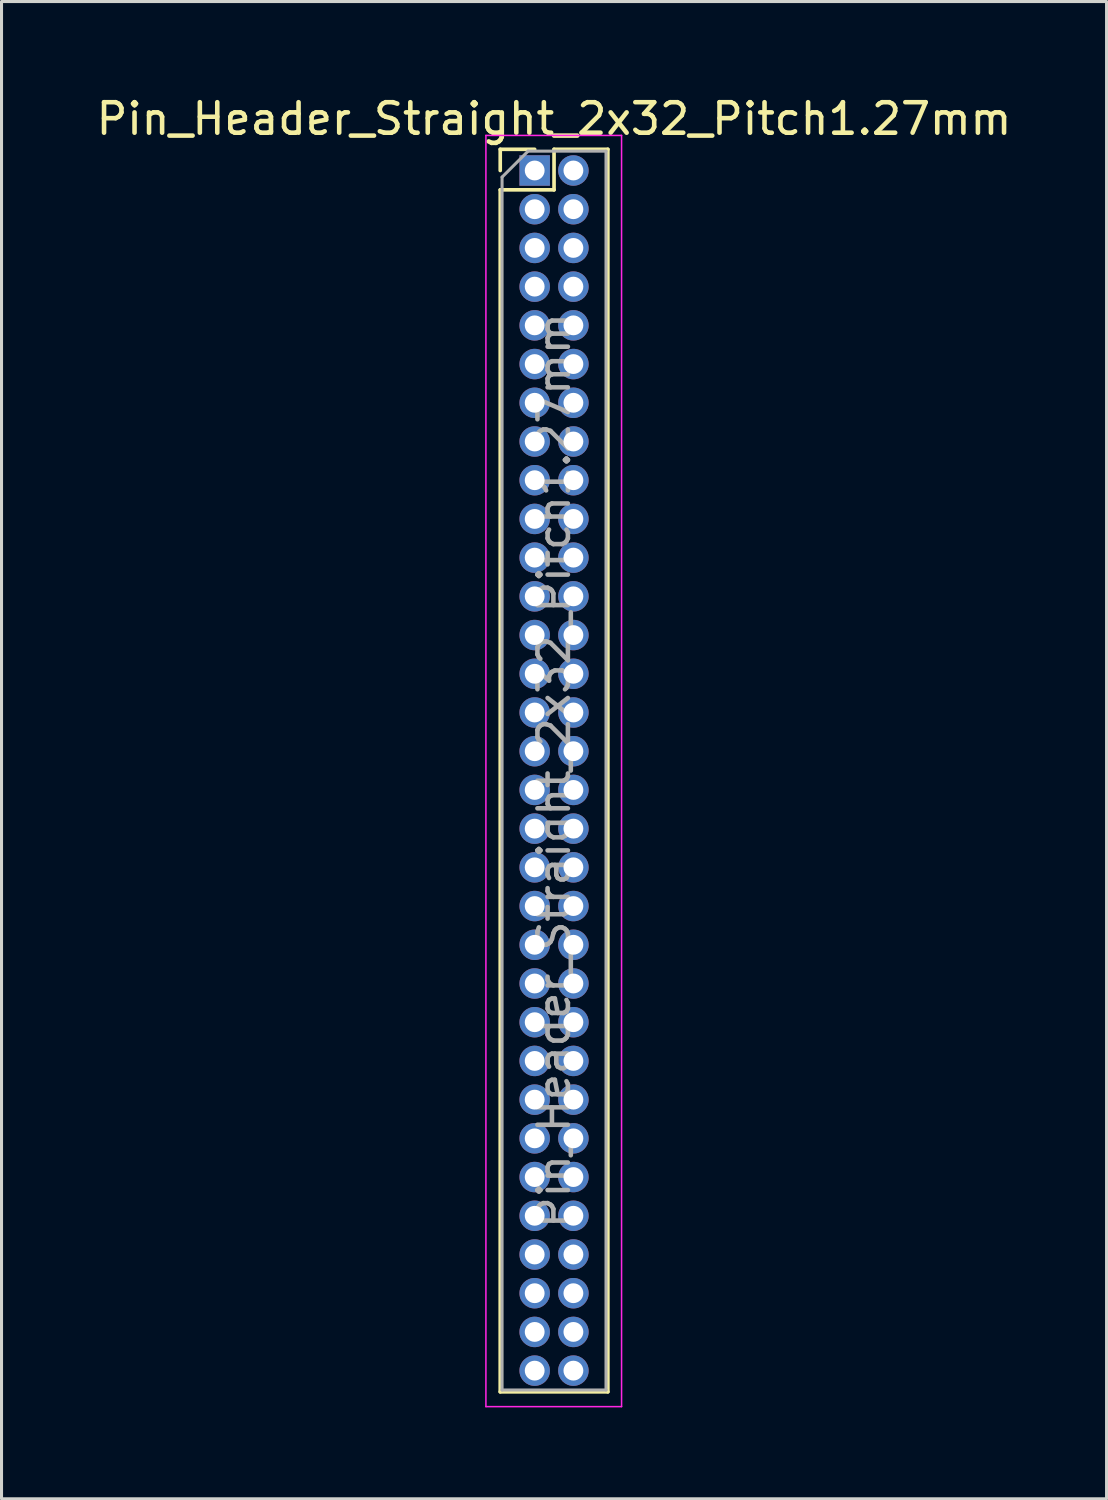
<source format=kicad_pcb>
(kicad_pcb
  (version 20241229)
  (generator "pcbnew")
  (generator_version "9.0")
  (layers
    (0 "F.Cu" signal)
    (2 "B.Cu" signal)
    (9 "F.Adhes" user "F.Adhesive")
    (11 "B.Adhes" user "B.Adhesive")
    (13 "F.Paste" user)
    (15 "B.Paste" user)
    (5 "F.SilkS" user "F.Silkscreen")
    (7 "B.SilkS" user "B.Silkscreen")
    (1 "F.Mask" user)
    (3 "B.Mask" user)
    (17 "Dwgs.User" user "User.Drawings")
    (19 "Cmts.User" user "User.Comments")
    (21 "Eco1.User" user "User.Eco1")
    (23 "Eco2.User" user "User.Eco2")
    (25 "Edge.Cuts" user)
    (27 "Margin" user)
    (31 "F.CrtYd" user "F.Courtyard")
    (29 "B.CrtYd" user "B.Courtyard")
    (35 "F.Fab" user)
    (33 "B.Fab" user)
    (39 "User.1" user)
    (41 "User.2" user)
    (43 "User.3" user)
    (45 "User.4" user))
  (footprint "Pin_Header_Straight_2x32_Pitch1.27mm"
    (layer "F.Cu")
    (at 14.49 2.543)
    (property "Reference" "Pin_Header_Straight_2x32_Pitch1.27mm" (at 0.635 -1.695 0) (layer "F.SilkS") (effects (font (size 1 1) (thickness 0.15))))
    (attr through_hole)
    (fp_line (start -1.13 -0.695) (end 0 -0.695) (stroke (width 0.12) (type solid)) (layer "F.SilkS"))
    (fp_line (start -1.13 0) (end -1.13 -0.695) (stroke (width 0.12) (type solid)) (layer "F.SilkS"))
    (fp_line (start -1.13 0.635) (end -1.13 40.065) (stroke (width 0.12) (type solid)) (layer "F.SilkS"))
    (fp_line (start -1.13 40.065) (end 2.4 40.065) (stroke (width 0.12) (type solid)) (layer "F.SilkS"))
    (fp_line (start 0.635 -0.695) (end 0.635 0.635) (stroke (width 0.12) (type solid)) (layer "F.SilkS"))
    (fp_line (start 0.635 0.635) (end -1.13 0.635) (stroke (width 0.12) (type solid)) (layer "F.SilkS"))
    (fp_line (start 2.4 -0.695) (end 0.635 -0.695) (stroke (width 0.12) (type solid)) (layer "F.SilkS"))
    (fp_line (start 2.4 40.065) (end 2.4 -0.695) (stroke (width 0.12) (type solid)) (layer "F.SilkS"))
    (fp_line (start -1.6 -1.15) (end -1.6 40.55) (stroke (width 0.05) (type solid)) (layer "F.CrtYd"))
    (fp_line (start -1.6 40.55) (end 2.85 40.55) (stroke (width 0.05) (type solid)) (layer "F.CrtYd"))
    (fp_line (start 2.85 -1.15) (end -1.6 -1.15) (stroke (width 0.05) (type solid)) (layer "F.CrtYd"))
    (fp_line (start 2.85 40.55) (end 2.85 -1.15) (stroke (width 0.05) (type solid)) (layer "F.CrtYd"))
    (fp_line (start -1.07 0.217) (end -0.217 -0.635) (stroke (width 0.1) (type solid)) (layer "F.Fab"))
    (fp_line (start -1.07 40.005) (end -1.07 0.217) (stroke (width 0.1) (type solid)) (layer "F.Fab"))
    (fp_line (start -0.217 -0.635) (end 2.34 -0.635) (stroke (width 0.1) (type solid)) (layer "F.Fab"))
    (fp_line (start 2.34 -0.635) (end 2.34 40.005) (stroke (width 0.1) (type solid)) (layer "F.Fab"))
    (fp_line (start 2.34 40.005) (end -1.07 40.005) (stroke (width 0.1) (type solid)) (layer "F.Fab"))
    (fp_text user "${REFERENCE}" (at 0.635 19.685 90) (layer "F.Fab") (effects (font (size 1 1) (thickness 0.15))))
    (pad "1" thru_hole rect (at 0 0) (size 1 1) (drill 0.65) (layers "*.Cu" "*.Mask"))
    (pad "2" thru_hole oval (at 1.27 0) (size 1 1) (drill 0.65) (layers "*.Cu" "*.Mask"))
    (pad "3" thru_hole oval (at 0 1.27) (size 1 1) (drill 0.65) (layers "*.Cu" "*.Mask"))
    (pad "4" thru_hole oval (at 1.27 1.27) (size 1 1) (drill 0.65) (layers "*.Cu" "*.Mask"))
    (pad "5" thru_hole oval (at 0 2.54) (size 1 1) (drill 0.65) (layers "*.Cu" "*.Mask"))
    (pad "6" thru_hole oval (at 1.27 2.54) (size 1 1) (drill 0.65) (layers "*.Cu" "*.Mask"))
    (pad "7" thru_hole oval (at 0 3.81) (size 1 1) (drill 0.65) (layers "*.Cu" "*.Mask"))
    (pad "8" thru_hole oval (at 1.27 3.81) (size 1 1) (drill 0.65) (layers "*.Cu" "*.Mask"))
    (pad "9" thru_hole oval (at 0 5.08) (size 1 1) (drill 0.65) (layers "*.Cu" "*.Mask"))
    (pad "10" thru_hole oval (at 1.27 5.08) (size 1 1) (drill 0.65) (layers "*.Cu" "*.Mask"))
    (pad "11" thru_hole oval (at 0 6.35) (size 1 1) (drill 0.65) (layers "*.Cu" "*.Mask"))
    (pad "12" thru_hole oval (at 1.27 6.35) (size 1 1) (drill 0.65) (layers "*.Cu" "*.Mask"))
    (pad "13" thru_hole oval (at 0 7.62) (size 1 1) (drill 0.65) (layers "*.Cu" "*.Mask"))
    (pad "14" thru_hole oval (at 1.27 7.62) (size 1 1) (drill 0.65) (layers "*.Cu" "*.Mask"))
    (pad "15" thru_hole oval (at 0 8.89) (size 1 1) (drill 0.65) (layers "*.Cu" "*.Mask"))
    (pad "16" thru_hole oval (at 1.27 8.89) (size 1 1) (drill 0.65) (layers "*.Cu" "*.Mask"))
    (pad "17" thru_hole oval (at 0 10.16) (size 1 1) (drill 0.65) (layers "*.Cu" "*.Mask"))
    (pad "18" thru_hole oval (at 1.27 10.16) (size 1 1) (drill 0.65) (layers "*.Cu" "*.Mask"))
    (pad "19" thru_hole oval (at 0 11.43) (size 1 1) (drill 0.65) (layers "*.Cu" "*.Mask"))
    (pad "20" thru_hole oval (at 1.27 11.43) (size 1 1) (drill 0.65) (layers "*.Cu" "*.Mask"))
    (pad "21" thru_hole oval (at 0 12.7) (size 1 1) (drill 0.65) (layers "*.Cu" "*.Mask"))
    (pad "22" thru_hole oval (at 1.27 12.7) (size 1 1) (drill 0.65) (layers "*.Cu" "*.Mask"))
    (pad "23" thru_hole oval (at 0 13.97) (size 1 1) (drill 0.65) (layers "*.Cu" "*.Mask"))
    (pad "24" thru_hole oval (at 1.27 13.97) (size 1 1) (drill 0.65) (layers "*.Cu" "*.Mask"))
    (pad "25" thru_hole oval (at 0 15.24) (size 1 1) (drill 0.65) (layers "*.Cu" "*.Mask"))
    (pad "26" thru_hole oval (at 1.27 15.24) (size 1 1) (drill 0.65) (layers "*.Cu" "*.Mask"))
    (pad "27" thru_hole oval (at 0 16.51) (size 1 1) (drill 0.65) (layers "*.Cu" "*.Mask"))
    (pad "28" thru_hole oval (at 1.27 16.51) (size 1 1) (drill 0.65) (layers "*.Cu" "*.Mask"))
    (pad "29" thru_hole oval (at 0 17.78) (size 1 1) (drill 0.65) (layers "*.Cu" "*.Mask"))
    (pad "30" thru_hole oval (at 1.27 17.78) (size 1 1) (drill 0.65) (layers "*.Cu" "*.Mask"))
    (pad "31" thru_hole oval (at 0 19.05) (size 1 1) (drill 0.65) (layers "*.Cu" "*.Mask"))
    (pad "32" thru_hole oval (at 1.27 19.05) (size 1 1) (drill 0.65) (layers "*.Cu" "*.Mask"))
    (pad "33" thru_hole oval (at 0 20.32) (size 1 1) (drill 0.65) (layers "*.Cu" "*.Mask"))
    (pad "34" thru_hole oval (at 1.27 20.32) (size 1 1) (drill 0.65) (layers "*.Cu" "*.Mask"))
    (pad "35" thru_hole oval (at 0 21.59) (size 1 1) (drill 0.65) (layers "*.Cu" "*.Mask"))
    (pad "36" thru_hole oval (at 1.27 21.59) (size 1 1) (drill 0.65) (layers "*.Cu" "*.Mask"))
    (pad "37" thru_hole oval (at 0 22.86) (size 1 1) (drill 0.65) (layers "*.Cu" "*.Mask"))
    (pad "38" thru_hole oval (at 1.27 22.86) (size 1 1) (drill 0.65) (layers "*.Cu" "*.Mask"))
    (pad "39" thru_hole oval (at 0 24.13) (size 1 1) (drill 0.65) (layers "*.Cu" "*.Mask"))
    (pad "40" thru_hole oval (at 1.27 24.13) (size 1 1) (drill 0.65) (layers "*.Cu" "*.Mask"))
    (pad "41" thru_hole oval (at 0 25.4) (size 1 1) (drill 0.65) (layers "*.Cu" "*.Mask"))
    (pad "42" thru_hole oval (at 1.27 25.4) (size 1 1) (drill 0.65) (layers "*.Cu" "*.Mask"))
    (pad "43" thru_hole oval (at 0 26.67) (size 1 1) (drill 0.65) (layers "*.Cu" "*.Mask"))
    (pad "44" thru_hole oval (at 1.27 26.67) (size 1 1) (drill 0.65) (layers "*.Cu" "*.Mask"))
    (pad "45" thru_hole oval (at 0 27.94) (size 1 1) (drill 0.65) (layers "*.Cu" "*.Mask"))
    (pad "46" thru_hole oval (at 1.27 27.94) (size 1 1) (drill 0.65) (layers "*.Cu" "*.Mask"))
    (pad "47" thru_hole oval (at 0 29.21) (size 1 1) (drill 0.65) (layers "*.Cu" "*.Mask"))
    (pad "48" thru_hole oval (at 1.27 29.21) (size 1 1) (drill 0.65) (layers "*.Cu" "*.Mask"))
    (pad "49" thru_hole oval (at 0 30.48) (size 1 1) (drill 0.65) (layers "*.Cu" "*.Mask"))
    (pad "50" thru_hole oval (at 1.27 30.48) (size 1 1) (drill 0.65) (layers "*.Cu" "*.Mask"))
    (pad "51" thru_hole oval (at 0 31.75) (size 1 1) (drill 0.65) (layers "*.Cu" "*.Mask"))
    (pad "52" thru_hole oval (at 1.27 31.75) (size 1 1) (drill 0.65) (layers "*.Cu" "*.Mask"))
    (pad "53" thru_hole oval (at 0 33.02) (size 1 1) (drill 0.65) (layers "*.Cu" "*.Mask"))
    (pad "54" thru_hole oval (at 1.27 33.02) (size 1 1) (drill 0.65) (layers "*.Cu" "*.Mask"))
    (pad "55" thru_hole oval (at 0 34.29) (size 1 1) (drill 0.65) (layers "*.Cu" "*.Mask"))
    (pad "56" thru_hole oval (at 1.27 34.29) (size 1 1) (drill 0.65) (layers "*.Cu" "*.Mask"))
    (pad "57" thru_hole oval (at 0 35.56) (size 1 1) (drill 0.65) (layers "*.Cu" "*.Mask"))
    (pad "58" thru_hole oval (at 1.27 35.56) (size 1 1) (drill 0.65) (layers "*.Cu" "*.Mask"))
    (pad "59" thru_hole oval (at 0 36.83) (size 1 1) (drill 0.65) (layers "*.Cu" "*.Mask"))
    (pad "60" thru_hole oval (at 1.27 36.83) (size 1 1) (drill 0.65) (layers "*.Cu" "*.Mask"))
    (pad "61" thru_hole oval (at 0 38.1) (size 1 1) (drill 0.65) (layers "*.Cu" "*.Mask"))
    (pad "62" thru_hole oval (at 1.27 38.1) (size 1 1) (drill 0.65) (layers "*.Cu" "*.Mask"))
    (pad "63" thru_hole oval (at 0 39.37) (size 1 1) (drill 0.65) (layers "*.Cu" "*.Mask"))
    (pad "64" thru_hole oval (at 1.27 39.37) (size 1 1) (drill 0.65) (layers "*.Cu" "*.Mask")))
  (gr_rect
    (start -3 -3)
    (end 33.25 46.118)
    (stroke (width 0.1) (type default))
    (fill no)
    (layer "Edge.Cuts")))
</source>
